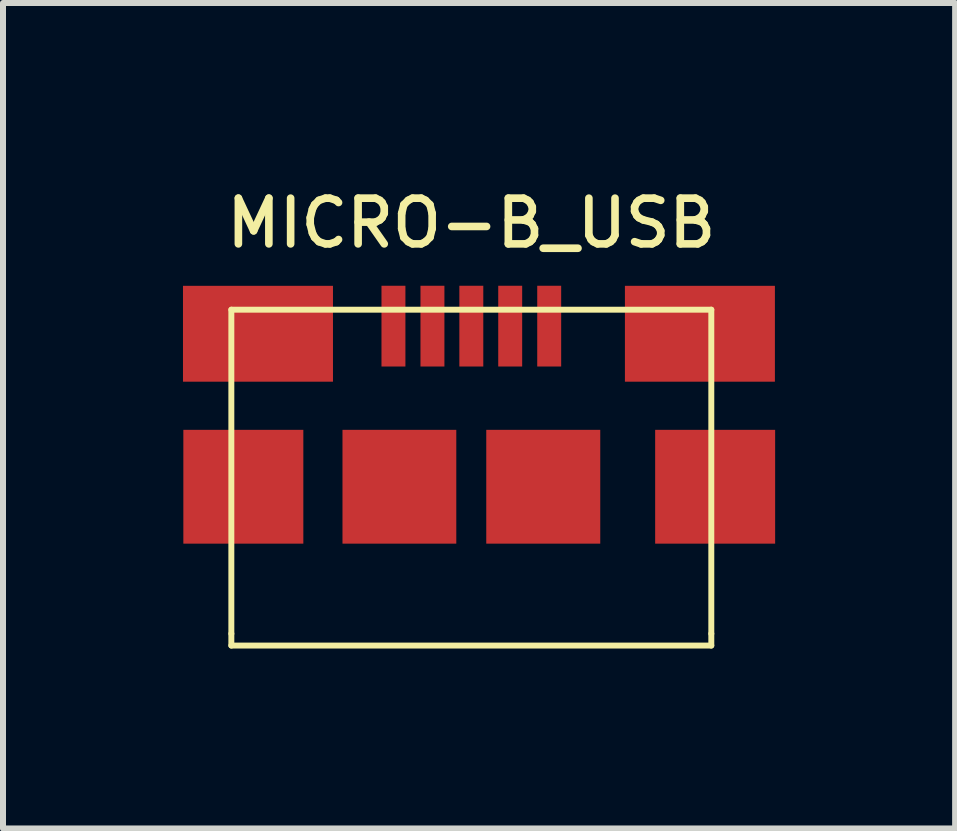
<source format=kicad_pcb>
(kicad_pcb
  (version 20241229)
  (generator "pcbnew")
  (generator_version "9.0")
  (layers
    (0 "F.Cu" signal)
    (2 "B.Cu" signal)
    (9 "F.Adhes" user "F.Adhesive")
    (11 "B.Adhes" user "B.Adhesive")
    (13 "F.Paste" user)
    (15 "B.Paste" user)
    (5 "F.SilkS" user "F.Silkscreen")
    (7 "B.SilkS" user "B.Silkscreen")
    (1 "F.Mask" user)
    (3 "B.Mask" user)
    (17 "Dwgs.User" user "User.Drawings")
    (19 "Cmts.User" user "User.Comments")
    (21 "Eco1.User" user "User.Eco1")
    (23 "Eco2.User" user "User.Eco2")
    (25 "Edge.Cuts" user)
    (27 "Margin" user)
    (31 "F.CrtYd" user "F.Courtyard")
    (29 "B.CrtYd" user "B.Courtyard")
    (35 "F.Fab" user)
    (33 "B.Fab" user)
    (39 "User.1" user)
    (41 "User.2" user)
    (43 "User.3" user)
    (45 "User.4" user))
  (footprint "MICRO-B_USB"
    (layer "F.Cu")
    (at 4.806 6.511)
    (property "Reference" "MICRO-B_USB" (at 0 -5.842 0) (layer "F.SilkS") (effects (font (size 0.762 0.762) (thickness 0.127))))
    (attr through_hole)
    (fp_line (start -4 -4.399) (end 4 -4.399) (stroke (width 0.099) (type solid)) (layer "F.SilkS"))
    (fp_line (start -4 1.001) (end -4 -4.399) (stroke (width 0.099) (type solid)) (layer "F.SilkS"))
    (fp_line (start -4 1.001) (end -4 1.199) (stroke (width 0.099) (type solid)) (layer "F.SilkS"))
    (fp_line (start 4 -4.399) (end 4 1.001) (stroke (width 0.099) (type solid)) (layer "F.SilkS"))
    (fp_line (start 4 1.001) (end 4 1.199) (stroke (width 0.099) (type solid)) (layer "F.SilkS"))
    (fp_line (start 4 1.199) (end -4 1.199) (stroke (width 0.099) (type solid)) (layer "F.SilkS"))
    (pad "" smd rect (at -3.8 -1.448) (size 2 1.897) (layers "F.Cu" "F.Mask" "F.Paste"))
    (pad "" smd rect (at -3.556 -3.998) (size 2.5 1.598) (layers "F.Cu" "F.Mask" "F.Paste"))
    (pad "" smd rect (at -1.199 -1.448) (size 1.897 1.897) (layers "F.Cu" "F.Mask" "F.Paste"))
    (pad "" smd rect (at 1.199 -1.448) (size 1.9 1.897) (layers "F.Cu" "F.Mask" "F.Paste"))
    (pad "" smd rect (at 3.81 -3.998) (size 2.5 1.598) (layers "F.Cu" "F.Mask" "F.Paste"))
    (pad "" smd rect (at 4.064 -1.448) (size 2 1.897) (layers "F.Cu" "F.Mask" "F.Paste"))
    (pad "1" smd rect (at -1.298 -4.125) (size 0.399 1.346) (layers "F.Cu" "F.Mask" "F.Paste"))
    (pad "2" smd rect (at -0.648 -4.125) (size 0.399 1.346) (layers "F.Cu" "F.Mask" "F.Paste"))
    (pad "3" smd rect (at 0 -4.125) (size 0.399 1.346) (layers "F.Cu" "F.Mask" "F.Paste"))
    (pad "4" smd rect (at 0.648 -4.125) (size 0.399 1.346) (layers "F.Cu" "F.Mask" "F.Paste"))
    (pad "5" smd rect (at 1.298 -4.125) (size 0.399 1.346) (layers "F.Cu" "F.Mask" "F.Paste")))
  (gr_rect
    (start -3 -3)
    (end 12.87 10.759)
    (stroke (width 0.1) (type default))
    (fill no)
    (layer "Edge.Cuts")))
</source>
